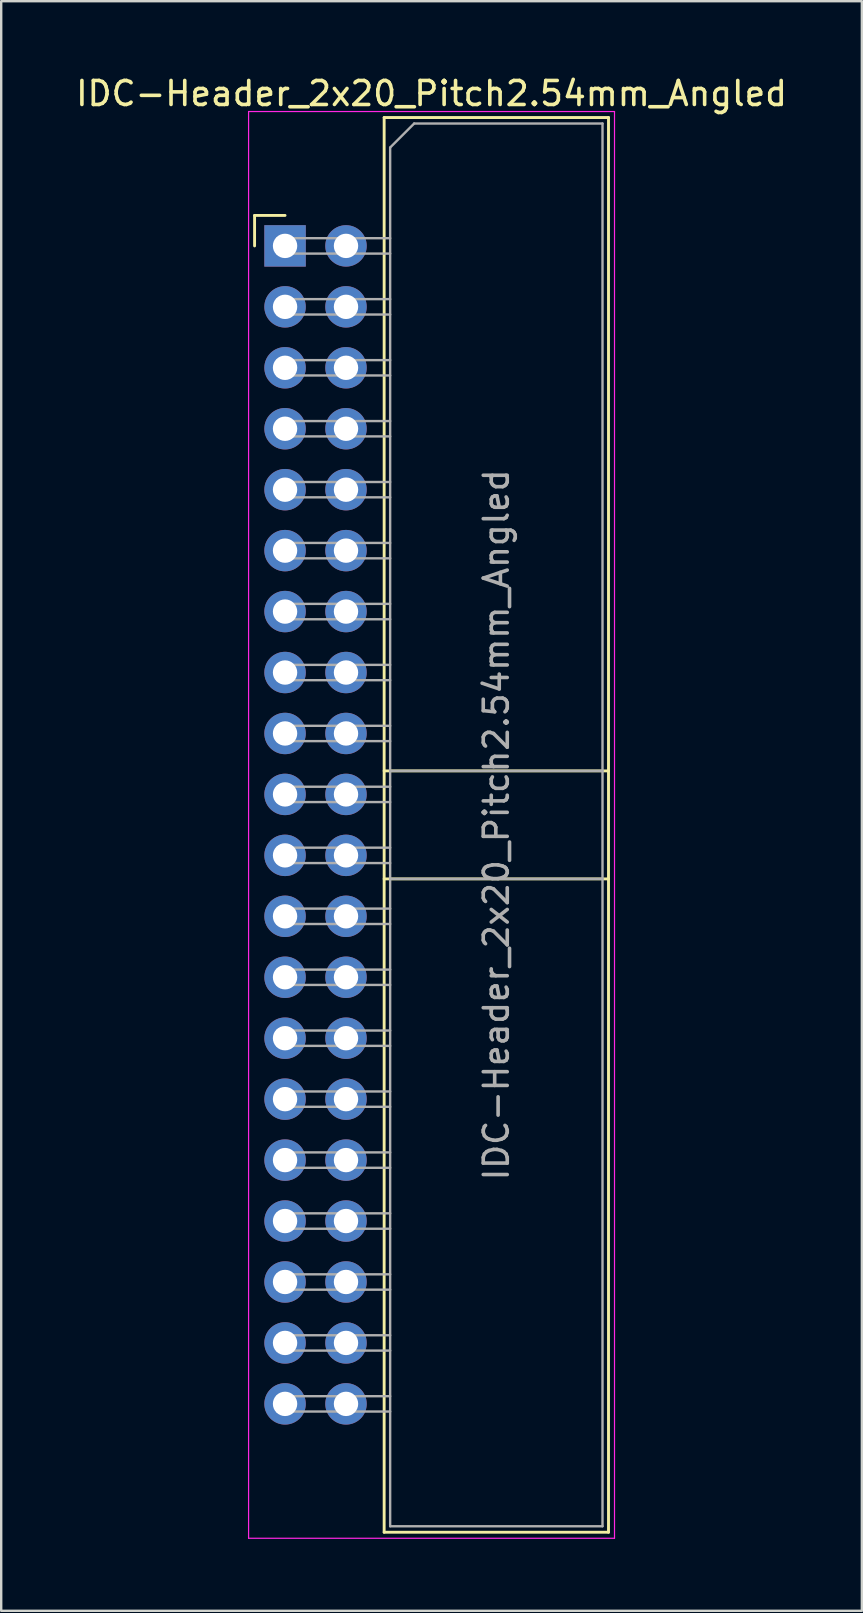
<source format=kicad_pcb>
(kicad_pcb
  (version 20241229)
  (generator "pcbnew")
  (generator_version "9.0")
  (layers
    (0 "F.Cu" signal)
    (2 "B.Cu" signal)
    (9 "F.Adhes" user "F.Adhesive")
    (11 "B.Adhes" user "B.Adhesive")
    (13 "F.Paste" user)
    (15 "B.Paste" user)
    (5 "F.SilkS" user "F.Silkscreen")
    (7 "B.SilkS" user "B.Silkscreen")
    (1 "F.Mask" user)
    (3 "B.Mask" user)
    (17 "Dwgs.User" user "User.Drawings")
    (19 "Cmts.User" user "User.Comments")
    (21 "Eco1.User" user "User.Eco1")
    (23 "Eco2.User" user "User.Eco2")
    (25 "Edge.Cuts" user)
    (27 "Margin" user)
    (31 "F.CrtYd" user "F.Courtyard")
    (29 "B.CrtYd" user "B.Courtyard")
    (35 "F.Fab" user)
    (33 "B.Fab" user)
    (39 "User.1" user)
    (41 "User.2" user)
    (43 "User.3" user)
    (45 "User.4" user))
  (footprint "IDC-Header_2x20_Pitch2.54mm_Angled"
    (layer "F.Cu")
    (at 8.83 7.198)
    (property "Reference" "IDC-Header_2x20_Pitch2.54mm_Angled" (at 6.105 -6.35 0) (layer "F.SilkS") (effects (font (size 1 1) (thickness 0.15))))
    (attr through_hole)
    (fp_line (start -1.27 -1.27) (end -1.27 0) (stroke (width 0.12) (type solid)) (layer "F.SilkS"))
    (fp_line (start 0 -1.27) (end -1.27 -1.27) (stroke (width 0.12) (type solid)) (layer "F.SilkS"))
    (fp_line (start 4.13 -5.35) (end 13.48 -5.35) (stroke (width 0.12) (type solid)) (layer "F.SilkS"))
    (fp_line (start 4.13 21.88) (end 13.48 21.88) (stroke (width 0.12) (type solid)) (layer "F.SilkS"))
    (fp_line (start 4.13 26.38) (end 13.48 26.38) (stroke (width 0.12) (type solid)) (layer "F.SilkS"))
    (fp_line (start 4.13 53.61) (end 4.13 -5.35) (stroke (width 0.12) (type solid)) (layer "F.SilkS"))
    (fp_line (start 4.13 53.61) (end 13.48 53.61) (stroke (width 0.12) (type solid)) (layer "F.SilkS"))
    (fp_line (start 13.48 -5.35) (end 13.48 53.61) (stroke (width 0.12) (type solid)) (layer "F.SilkS"))
    (fp_line (start -1.52 -5.6) (end 13.73 -5.6) (stroke (width 0.05) (type solid)) (layer "F.CrtYd"))
    (fp_line (start -1.52 53.86) (end -1.52 -5.6) (stroke (width 0.05) (type solid)) (layer "F.CrtYd"))
    (fp_line (start 13.73 -5.6) (end 13.73 53.86) (stroke (width 0.05) (type solid)) (layer "F.CrtYd"))
    (fp_line (start 13.73 53.86) (end -1.52 53.86) (stroke (width 0.05) (type solid)) (layer "F.CrtYd"))
    (fp_line (start -0.32 -0.32) (end -0.32 0.32) (stroke (width 0.1) (type solid)) (layer "F.Fab"))
    (fp_line (start -0.32 0.32) (end 4.38 0.32) (stroke (width 0.1) (type solid)) (layer "F.Fab"))
    (fp_line (start -0.32 2.22) (end -0.32 2.86) (stroke (width 0.1) (type solid)) (layer "F.Fab"))
    (fp_line (start -0.32 2.86) (end 4.38 2.86) (stroke (width 0.1) (type solid)) (layer "F.Fab"))
    (fp_line (start -0.32 4.76) (end -0.32 5.4) (stroke (width 0.1) (type solid)) (layer "F.Fab"))
    (fp_line (start -0.32 5.4) (end 4.38 5.4) (stroke (width 0.1) (type solid)) (layer "F.Fab"))
    (fp_line (start -0.32 7.3) (end -0.32 7.94) (stroke (width 0.1) (type solid)) (layer "F.Fab"))
    (fp_line (start -0.32 7.94) (end 4.38 7.94) (stroke (width 0.1) (type solid)) (layer "F.Fab"))
    (fp_line (start -0.32 9.84) (end -0.32 10.48) (stroke (width 0.1) (type solid)) (layer "F.Fab"))
    (fp_line (start -0.32 10.48) (end 4.38 10.48) (stroke (width 0.1) (type solid)) (layer "F.Fab"))
    (fp_line (start -0.32 12.38) (end -0.32 13.02) (stroke (width 0.1) (type solid)) (layer "F.Fab"))
    (fp_line (start -0.32 13.02) (end 4.38 13.02) (stroke (width 0.1) (type solid)) (layer "F.Fab"))
    (fp_line (start -0.32 14.92) (end -0.32 15.56) (stroke (width 0.1) (type solid)) (layer "F.Fab"))
    (fp_line (start -0.32 15.56) (end 4.38 15.56) (stroke (width 0.1) (type solid)) (layer "F.Fab"))
    (fp_line (start -0.32 17.46) (end -0.32 18.1) (stroke (width 0.1) (type solid)) (layer "F.Fab"))
    (fp_line (start -0.32 18.1) (end 4.38 18.1) (stroke (width 0.1) (type solid)) (layer "F.Fab"))
    (fp_line (start -0.32 20) (end -0.32 20.64) (stroke (width 0.1) (type solid)) (layer "F.Fab"))
    (fp_line (start -0.32 20.64) (end 4.38 20.64) (stroke (width 0.1) (type solid)) (layer "F.Fab"))
    (fp_line (start -0.32 22.54) (end -0.32 23.18) (stroke (width 0.1) (type solid)) (layer "F.Fab"))
    (fp_line (start -0.32 23.18) (end 4.38 23.18) (stroke (width 0.1) (type solid)) (layer "F.Fab"))
    (fp_line (start -0.32 25.08) (end -0.32 25.72) (stroke (width 0.1) (type solid)) (layer "F.Fab"))
    (fp_line (start -0.32 25.72) (end 4.38 25.72) (stroke (width 0.1) (type solid)) (layer "F.Fab"))
    (fp_line (start -0.32 27.62) (end -0.32 28.26) (stroke (width 0.1) (type solid)) (layer "F.Fab"))
    (fp_line (start -0.32 28.26) (end 4.38 28.26) (stroke (width 0.1) (type solid)) (layer "F.Fab"))
    (fp_line (start -0.32 30.16) (end -0.32 30.8) (stroke (width 0.1) (type solid)) (layer "F.Fab"))
    (fp_line (start -0.32 30.8) (end 4.38 30.8) (stroke (width 0.1) (type solid)) (layer "F.Fab"))
    (fp_line (start -0.32 32.7) (end -0.32 33.34) (stroke (width 0.1) (type solid)) (layer "F.Fab"))
    (fp_line (start -0.32 33.34) (end 4.38 33.34) (stroke (width 0.1) (type solid)) (layer "F.Fab"))
    (fp_line (start -0.32 35.24) (end -0.32 35.88) (stroke (width 0.1) (type solid)) (layer "F.Fab"))
    (fp_line (start -0.32 35.88) (end 4.38 35.88) (stroke (width 0.1) (type solid)) (layer "F.Fab"))
    (fp_line (start -0.32 37.78) (end -0.32 38.42) (stroke (width 0.1) (type solid)) (layer "F.Fab"))
    (fp_line (start -0.32 38.42) (end 4.38 38.42) (stroke (width 0.1) (type solid)) (layer "F.Fab"))
    (fp_line (start -0.32 40.32) (end -0.32 40.96) (stroke (width 0.1) (type solid)) (layer "F.Fab"))
    (fp_line (start -0.32 40.96) (end 4.38 40.96) (stroke (width 0.1) (type solid)) (layer "F.Fab"))
    (fp_line (start -0.32 42.86) (end -0.32 43.5) (stroke (width 0.1) (type solid)) (layer "F.Fab"))
    (fp_line (start -0.32 43.5) (end 4.38 43.5) (stroke (width 0.1) (type solid)) (layer "F.Fab"))
    (fp_line (start -0.32 45.4) (end -0.32 46.04) (stroke (width 0.1) (type solid)) (layer "F.Fab"))
    (fp_line (start -0.32 46.04) (end 4.38 46.04) (stroke (width 0.1) (type solid)) (layer "F.Fab"))
    (fp_line (start -0.32 47.94) (end -0.32 48.58) (stroke (width 0.1) (type solid)) (layer "F.Fab"))
    (fp_line (start -0.32 48.58) (end 4.38 48.58) (stroke (width 0.1) (type solid)) (layer "F.Fab"))
    (fp_line (start 4.38 -4.1) (end 5.38 -5.1) (stroke (width 0.1) (type solid)) (layer "F.Fab"))
    (fp_line (start 4.38 -0.32) (end -0.32 -0.32) (stroke (width 0.1) (type solid)) (layer "F.Fab"))
    (fp_line (start 4.38 2.22) (end -0.32 2.22) (stroke (width 0.1) (type solid)) (layer "F.Fab"))
    (fp_line (start 4.38 4.76) (end -0.32 4.76) (stroke (width 0.1) (type solid)) (layer "F.Fab"))
    (fp_line (start 4.38 7.3) (end -0.32 7.3) (stroke (width 0.1) (type solid)) (layer "F.Fab"))
    (fp_line (start 4.38 9.84) (end -0.32 9.84) (stroke (width 0.1) (type solid)) (layer "F.Fab"))
    (fp_line (start 4.38 12.38) (end -0.32 12.38) (stroke (width 0.1) (type solid)) (layer "F.Fab"))
    (fp_line (start 4.38 14.92) (end -0.32 14.92) (stroke (width 0.1) (type solid)) (layer "F.Fab"))
    (fp_line (start 4.38 17.46) (end -0.32 17.46) (stroke (width 0.1) (type solid)) (layer "F.Fab"))
    (fp_line (start 4.38 20) (end -0.32 20) (stroke (width 0.1) (type solid)) (layer "F.Fab"))
    (fp_line (start 4.38 21.88) (end 13.23 21.88) (stroke (width 0.1) (type solid)) (layer "F.Fab"))
    (fp_line (start 4.38 22.54) (end -0.32 22.54) (stroke (width 0.1) (type solid)) (layer "F.Fab"))
    (fp_line (start 4.38 25.08) (end -0.32 25.08) (stroke (width 0.1) (type solid)) (layer "F.Fab"))
    (fp_line (start 4.38 26.38) (end 13.23 26.38) (stroke (width 0.1) (type solid)) (layer "F.Fab"))
    (fp_line (start 4.38 27.62) (end -0.32 27.62) (stroke (width 0.1) (type solid)) (layer "F.Fab"))
    (fp_line (start 4.38 30.16) (end -0.32 30.16) (stroke (width 0.1) (type solid)) (layer "F.Fab"))
    (fp_line (start 4.38 32.7) (end -0.32 32.7) (stroke (width 0.1) (type solid)) (layer "F.Fab"))
    (fp_line (start 4.38 35.24) (end -0.32 35.24) (stroke (width 0.1) (type solid)) (layer "F.Fab"))
    (fp_line (start 4.38 37.78) (end -0.32 37.78) (stroke (width 0.1) (type solid)) (layer "F.Fab"))
    (fp_line (start 4.38 40.32) (end -0.32 40.32) (stroke (width 0.1) (type solid)) (layer "F.Fab"))
    (fp_line (start 4.38 42.86) (end -0.32 42.86) (stroke (width 0.1) (type solid)) (layer "F.Fab"))
    (fp_line (start 4.38 45.4) (end -0.32 45.4) (stroke (width 0.1) (type solid)) (layer "F.Fab"))
    (fp_line (start 4.38 47.94) (end -0.32 47.94) (stroke (width 0.1) (type solid)) (layer "F.Fab"))
    (fp_line (start 4.38 53.36) (end 4.38 -4.1) (stroke (width 0.1) (type solid)) (layer "F.Fab"))
    (fp_line (start 4.38 53.36) (end 13.23 53.36) (stroke (width 0.1) (type solid)) (layer "F.Fab"))
    (fp_line (start 5.38 -5.1) (end 13.23 -5.1) (stroke (width 0.1) (type solid)) (layer "F.Fab"))
    (fp_line (start 13.23 53.36) (end 13.23 -5.1) (stroke (width 0.1) (type solid)) (layer "F.Fab"))
    (fp_text user "${REFERENCE}" (at 8.805 24.13 90) (layer "F.Fab") (effects (font (size 1 1) (thickness 0.15))))
    (pad "1" thru_hole rect (at 0 0) (size 1.727 1.727) (drill 1.016) (layers "*.Cu" "*.Mask"))
    (pad "2" thru_hole oval (at 2.54 0) (size 1.727 1.727) (drill 1.016) (layers "*.Cu" "*.Mask"))
    (pad "3" thru_hole oval (at 0 2.54) (size 1.727 1.727) (drill 1.016) (layers "*.Cu" "*.Mask"))
    (pad "4" thru_hole oval (at 2.54 2.54) (size 1.727 1.727) (drill 1.016) (layers "*.Cu" "*.Mask"))
    (pad "5" thru_hole oval (at 0 5.08) (size 1.727 1.727) (drill 1.016) (layers "*.Cu" "*.Mask"))
    (pad "6" thru_hole oval (at 2.54 5.08) (size 1.727 1.727) (drill 1.016) (layers "*.Cu" "*.Mask"))
    (pad "7" thru_hole oval (at 0 7.62) (size 1.727 1.727) (drill 1.016) (layers "*.Cu" "*.Mask"))
    (pad "8" thru_hole oval (at 2.54 7.62) (size 1.727 1.727) (drill 1.016) (layers "*.Cu" "*.Mask"))
    (pad "9" thru_hole oval (at 0 10.16) (size 1.727 1.727) (drill 1.016) (layers "*.Cu" "*.Mask"))
    (pad "10" thru_hole oval (at 2.54 10.16) (size 1.727 1.727) (drill 1.016) (layers "*.Cu" "*.Mask"))
    (pad "11" thru_hole oval (at 0 12.7) (size 1.727 1.727) (drill 1.016) (layers "*.Cu" "*.Mask"))
    (pad "12" thru_hole oval (at 2.54 12.7) (size 1.727 1.727) (drill 1.016) (layers "*.Cu" "*.Mask"))
    (pad "13" thru_hole oval (at 0 15.24) (size 1.727 1.727) (drill 1.016) (layers "*.Cu" "*.Mask"))
    (pad "14" thru_hole oval (at 2.54 15.24) (size 1.727 1.727) (drill 1.016) (layers "*.Cu" "*.Mask"))
    (pad "15" thru_hole oval (at 0 17.78) (size 1.727 1.727) (drill 1.016) (layers "*.Cu" "*.Mask"))
    (pad "16" thru_hole oval (at 2.54 17.78) (size 1.727 1.727) (drill 1.016) (layers "*.Cu" "*.Mask"))
    (pad "17" thru_hole oval (at 0 20.32) (size 1.727 1.727) (drill 1.016) (layers "*.Cu" "*.Mask"))
    (pad "18" thru_hole oval (at 2.54 20.32) (size 1.727 1.727) (drill 1.016) (layers "*.Cu" "*.Mask"))
    (pad "19" thru_hole oval (at 0 22.86) (size 1.727 1.727) (drill 1.016) (layers "*.Cu" "*.Mask"))
    (pad "20" thru_hole oval (at 2.54 22.86) (size 1.727 1.727) (drill 1.016) (layers "*.Cu" "*.Mask"))
    (pad "21" thru_hole oval (at 0 25.4) (size 1.727 1.727) (drill 1.016) (layers "*.Cu" "*.Mask"))
    (pad "22" thru_hole oval (at 2.54 25.4) (size 1.727 1.727) (drill 1.016) (layers "*.Cu" "*.Mask"))
    (pad "23" thru_hole oval (at 0 27.94) (size 1.727 1.727) (drill 1.016) (layers "*.Cu" "*.Mask"))
    (pad "24" thru_hole oval (at 2.54 27.94) (size 1.727 1.727) (drill 1.016) (layers "*.Cu" "*.Mask"))
    (pad "25" thru_hole oval (at 0 30.48) (size 1.727 1.727) (drill 1.016) (layers "*.Cu" "*.Mask"))
    (pad "26" thru_hole oval (at 2.54 30.48) (size 1.727 1.727) (drill 1.016) (layers "*.Cu" "*.Mask"))
    (pad "27" thru_hole oval (at 0 33.02) (size 1.727 1.727) (drill 1.016) (layers "*.Cu" "*.Mask"))
    (pad "28" thru_hole oval (at 2.54 33.02) (size 1.727 1.727) (drill 1.016) (layers "*.Cu" "*.Mask"))
    (pad "29" thru_hole oval (at 0 35.56) (size 1.727 1.727) (drill 1.016) (layers "*.Cu" "*.Mask"))
    (pad "30" thru_hole oval (at 2.54 35.56) (size 1.727 1.727) (drill 1.016) (layers "*.Cu" "*.Mask"))
    (pad "31" thru_hole oval (at 0 38.1) (size 1.727 1.727) (drill 1.016) (layers "*.Cu" "*.Mask"))
    (pad "32" thru_hole oval (at 2.54 38.1) (size 1.727 1.727) (drill 1.016) (layers "*.Cu" "*.Mask"))
    (pad "33" thru_hole oval (at 0 40.64) (size 1.727 1.727) (drill 1.016) (layers "*.Cu" "*.Mask"))
    (pad "34" thru_hole oval (at 2.54 40.64) (size 1.727 1.727) (drill 1.016) (layers "*.Cu" "*.Mask"))
    (pad "35" thru_hole oval (at 0 43.18) (size 1.727 1.727) (drill 1.016) (layers "*.Cu" "*.Mask"))
    (pad "36" thru_hole oval (at 2.54 43.18) (size 1.727 1.727) (drill 1.016) (layers "*.Cu" "*.Mask"))
    (pad "37" thru_hole oval (at 0 45.72) (size 1.727 1.727) (drill 1.016) (layers "*.Cu" "*.Mask"))
    (pad "38" thru_hole oval (at 2.54 45.72) (size 1.727 1.727) (drill 1.016) (layers "*.Cu" "*.Mask"))
    (pad "39" thru_hole oval (at 0 48.26) (size 1.727 1.727) (drill 1.016) (layers "*.Cu" "*.Mask"))
    (pad "40" thru_hole oval (at 2.54 48.26) (size 1.727 1.727) (drill 1.016) (layers "*.Cu" "*.Mask")))
  (gr_rect
    (start -3 -3)
    (end 32.869 64.083)
    (stroke (width 0.1) (type default))
    (fill no)
    (layer "Edge.Cuts")))
</source>
